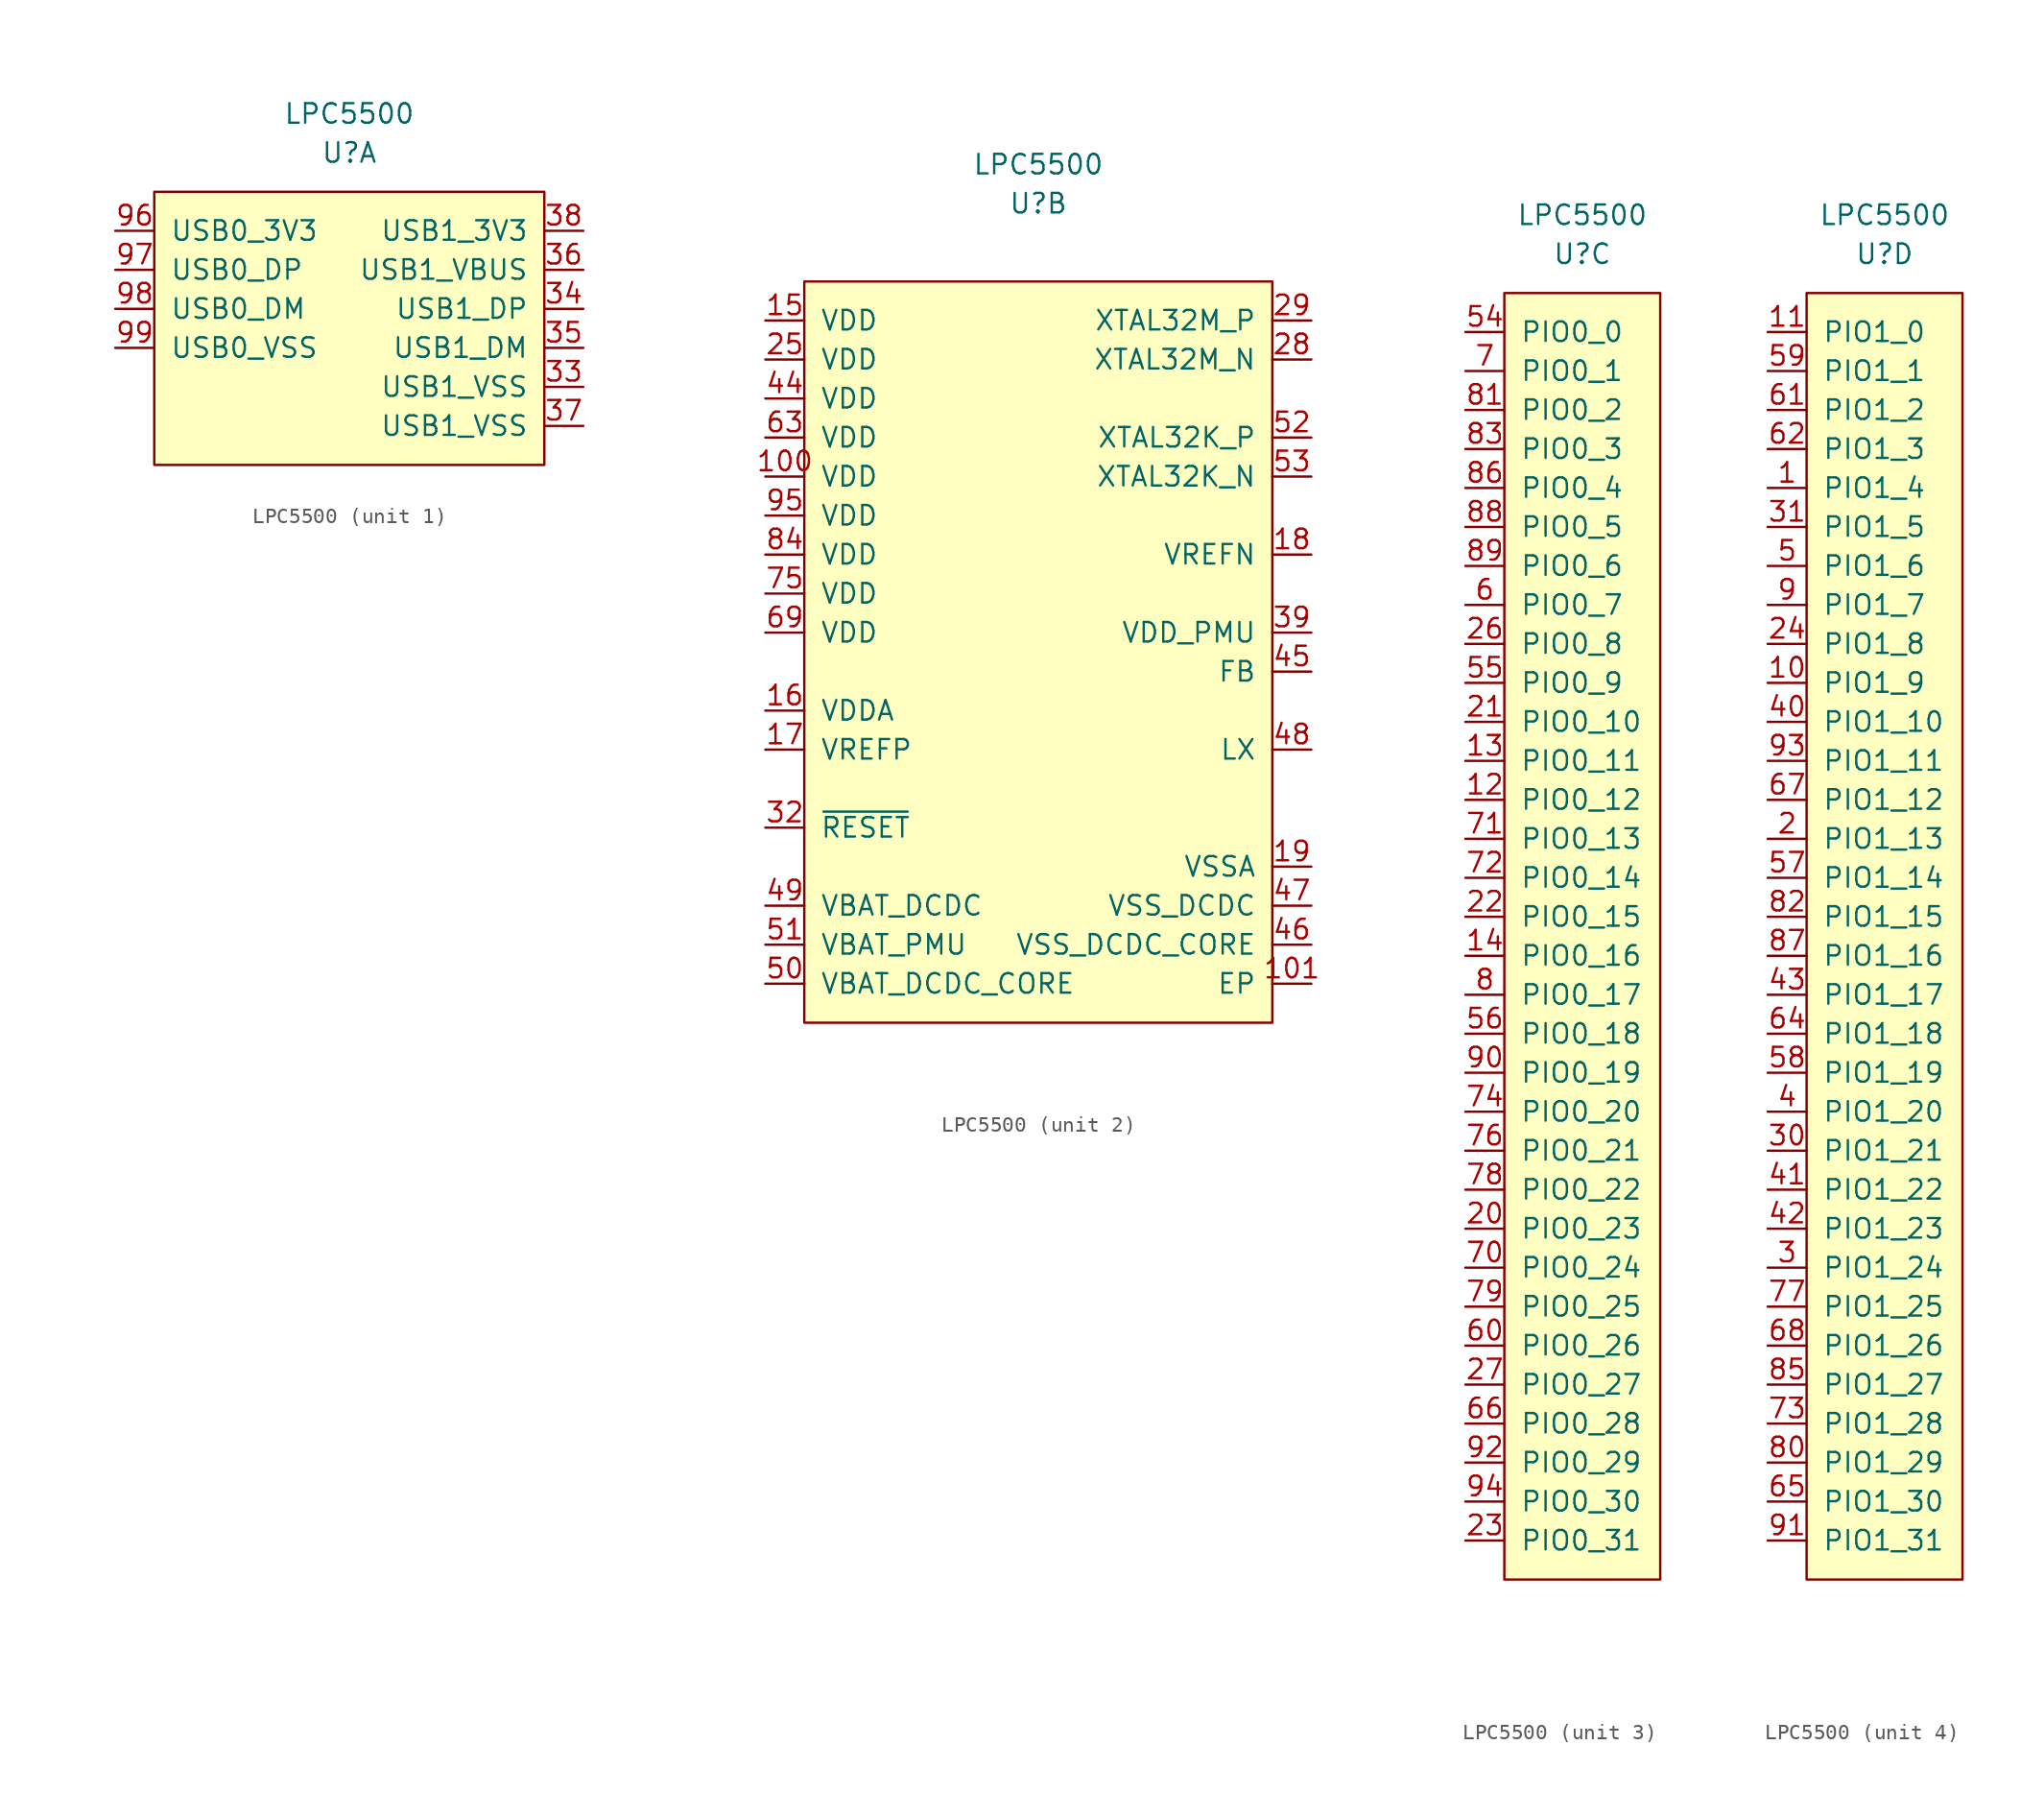
<source format=kicad_sym>
(kicad_symbol_lib
  (version 20201005)
  (generator kicad_symbol_editor)
  (symbol "symbols:LPC5500"
    (pin_names
      (offset 1.016))
    (property "Reference" "U"
      (at 0 10.16 0)
      (effects (font (size 1.27 1.27))))
    (property "Value" "LPC5500"
      (at 0 12.7 0)
      (effects (font (size 1.27 1.27))))
    (property "ki_locked" ""
      (at 0 0 0)
      (effects (font (size 1.27 1.27))))
    (symbol "LPC5500_1_1"
      (rectangle (start -12.7 7.62) (end 12.7 -10.16) (stroke (width 0)) (fill (type background)))
      (pin power_in line (at 15.24 -5.08 180) (length 2.54) (name "USB1_VSS" (effects (font (size 1.27 1.27)))) (number "33" (effects (font (size 1.27 1.27)))))
      (pin bidirectional line (at 15.24 0 180) (length 2.54) (name "USB1_DP" (effects (font (size 1.27 1.27)))) (number "34" (effects (font (size 1.27 1.27)))))
      (pin bidirectional line (at 15.24 -2.54 180) (length 2.54) (name "USB1_DM" (effects (font (size 1.27 1.27)))) (number "35" (effects (font (size 1.27 1.27)))))
      (pin power_in line (at 15.24 2.54 180) (length 2.54) (name "USB1_VBUS" (effects (font (size 1.27 1.27)))) (number "36" (effects (font (size 1.27 1.27)))))
      (pin power_in line (at 15.24 -7.62 180) (length 2.54) (name "USB1_VSS" (effects (font (size 1.27 1.27)))) (number "37" (effects (font (size 1.27 1.27)))))
      (pin power_in line (at 15.24 5.08 180) (length 2.54) (name "USB1_3V3" (effects (font (size 1.27 1.27)))) (number "38" (effects (font (size 1.27 1.27)))))
      (pin power_in line (at -15.24 5.08 0) (length 2.54) (name "USB0_3V3" (effects (font (size 1.27 1.27)))) (number "96" (effects (font (size 1.27 1.27)))))
      (pin bidirectional line (at -15.24 2.54 0) (length 2.54) (name "USB0_DP" (effects (font (size 1.27 1.27)))) (number "97" (effects (font (size 1.27 1.27)))))
      (pin bidirectional line (at -15.24 0 0) (length 2.54) (name "USB0_DM" (effects (font (size 1.27 1.27)))) (number "98" (effects (font (size 1.27 1.27)))))
      (pin power_in line (at -15.24 -2.54 0) (length 2.54) (name "USB0_VSS" (effects (font (size 1.27 1.27)))) (number "99" (effects (font (size 1.27 1.27))))))
    (symbol "LPC5500_2_1"
      (rectangle (start -15.24 5.08) (end 15.24 -43.18) (stroke (width 0)) (fill (type background)))
      (pin power_in line (at -17.78 -7.62 0) (length 2.54) (name "VDD" (effects (font (size 1.27 1.27)))) (number "100" (effects (font (size 1.27 1.27)))))
      (pin power_in line (at 17.78 -40.64 180) (length 2.54) (name "EP" (effects (font (size 1.27 1.27)))) (number "101" (effects (font (size 1.27 1.27)))))
      (pin power_in line (at -17.78 2.54 0) (length 2.54) (name "VDD" (effects (font (size 1.27 1.27)))) (number "15" (effects (font (size 1.27 1.27)))))
      (pin power_in line (at -17.78 -22.86 0) (length 2.54) (name "VDDA" (effects (font (size 1.27 1.27)))) (number "16" (effects (font (size 1.27 1.27)))))
      (pin power_in line (at -17.78 -25.4 0) (length 2.54) (name "VREFP" (effects (font (size 1.27 1.27)))) (number "17" (effects (font (size 1.27 1.27)))))
      (pin power_in line (at 17.78 -12.7 180) (length 2.54) (name "VREFN" (effects (font (size 1.27 1.27)))) (number "18" (effects (font (size 1.27 1.27)))))
      (pin power_in line (at 17.78 -33.02 180) (length 2.54) (name "VSSA" (effects (font (size 1.27 1.27)))) (number "19" (effects (font (size 1.27 1.27)))))
      (pin power_in line (at -17.78 0 0) (length 2.54) (name "VDD" (effects (font (size 1.27 1.27)))) (number "25" (effects (font (size 1.27 1.27)))))
      (pin input line (at 17.78 0 180) (length 2.54) (name "XTAL32M_N" (effects (font (size 1.27 1.27)))) (number "28" (effects (font (size 1.27 1.27)))))
      (pin input line (at 17.78 2.54 180) (length 2.54) (name "XTAL32M_P" (effects (font (size 1.27 1.27)))) (number "29" (effects (font (size 1.27 1.27)))))
      (pin input line (at -17.78 -30.48 0) (length 2.54) (name "~RESET" (effects (font (size 1.27 1.27)))) (number "32" (effects (font (size 1.27 1.27)))))
      (pin power_in line (at 17.78 -17.78 180) (length 2.54) (name "VDD_PMU" (effects (font (size 1.27 1.27)))) (number "39" (effects (font (size 1.27 1.27)))))
      (pin power_in line (at -17.78 -2.54 0) (length 2.54) (name "VDD" (effects (font (size 1.27 1.27)))) (number "44" (effects (font (size 1.27 1.27)))))
      (pin power_in line (at 17.78 -20.32 180) (length 2.54) (name "FB" (effects (font (size 1.27 1.27)))) (number "45" (effects (font (size 1.27 1.27)))))
      (pin power_in line (at 17.78 -38.1 180) (length 2.54) (name "VSS_DCDC_CORE" (effects (font (size 1.27 1.27)))) (number "46" (effects (font (size 1.27 1.27)))))
      (pin power_in line (at 17.78 -35.56 180) (length 2.54) (name "VSS_DCDC" (effects (font (size 1.27 1.27)))) (number "47" (effects (font (size 1.27 1.27)))))
      (pin power_out line (at 17.78 -25.4 180) (length 2.54) (name "LX" (effects (font (size 1.27 1.27)))) (number "48" (effects (font (size 1.27 1.27)))))
      (pin power_in line (at -17.78 -35.56 0) (length 2.54) (name "VBAT_DCDC" (effects (font (size 1.27 1.27)))) (number "49" (effects (font (size 1.27 1.27)))))
      (pin power_in line (at -17.78 -40.64 0) (length 2.54) (name "VBAT_DCDC_CORE" (effects (font (size 1.27 1.27)))) (number "50" (effects (font (size 1.27 1.27)))))
      (pin power_in line (at -17.78 -38.1 0) (length 2.54) (name "VBAT_PMU" (effects (font (size 1.27 1.27)))) (number "51" (effects (font (size 1.27 1.27)))))
      (pin input line (at 17.78 -5.08 180) (length 2.54) (name "XTAL32K_P" (effects (font (size 1.27 1.27)))) (number "52" (effects (font (size 1.27 1.27)))))
      (pin input line (at 17.78 -7.62 180) (length 2.54) (name "XTAL32K_N" (effects (font (size 1.27 1.27)))) (number "53" (effects (font (size 1.27 1.27)))))
      (pin power_in line (at -17.78 -5.08 0) (length 2.54) (name "VDD" (effects (font (size 1.27 1.27)))) (number "63" (effects (font (size 1.27 1.27)))))
      (pin power_in line (at -17.78 -17.78 0) (length 2.54) (name "VDD" (effects (font (size 1.27 1.27)))) (number "69" (effects (font (size 1.27 1.27)))))
      (pin power_in line (at -17.78 -15.24 0) (length 2.54) (name "VDD" (effects (font (size 1.27 1.27)))) (number "75" (effects (font (size 1.27 1.27)))))
      (pin power_in line (at -17.78 -12.7 0) (length 2.54) (name "VDD" (effects (font (size 1.27 1.27)))) (number "84" (effects (font (size 1.27 1.27)))))
      (pin power_in line (at -17.78 -10.16 0) (length 2.54) (name "VDD" (effects (font (size 1.27 1.27)))) (number "95" (effects (font (size 1.27 1.27))))))
    (symbol "LPC5500_3_1"
      (rectangle (start -5.08 7.62) (end 5.08 -76.2) (stroke (width 0)) (fill (type background)))
      (pin bidirectional line (at -7.62 -25.4 0) (length 2.54) (name "PIO0_12" (effects (font (size 1.27 1.27)))) (number "12" (effects (font (size 1.27 1.27)))))
      (pin bidirectional line (at -7.62 -22.86 0) (length 2.54) (name "PIO0_11" (effects (font (size 1.27 1.27)))) (number "13" (effects (font (size 1.27 1.27)))))
      (pin bidirectional line (at -7.62 -35.56 0) (length 2.54) (name "PIO0_16" (effects (font (size 1.27 1.27)))) (number "14" (effects (font (size 1.27 1.27)))))
      (pin bidirectional line (at -7.62 -53.34 0) (length 2.54) (name "PIO0_23" (effects (font (size 1.27 1.27)))) (number "20" (effects (font (size 1.27 1.27)))))
      (pin bidirectional line (at -7.62 -20.32 0) (length 2.54) (name "PIO0_10" (effects (font (size 1.27 1.27)))) (number "21" (effects (font (size 1.27 1.27)))))
      (pin bidirectional line (at -7.62 -33.02 0) (length 2.54) (name "PIO0_15" (effects (font (size 1.27 1.27)))) (number "22" (effects (font (size 1.27 1.27)))))
      (pin bidirectional line (at -7.62 -73.66 0) (length 2.54) (name "PIO0_31" (effects (font (size 1.27 1.27)))) (number "23" (effects (font (size 1.27 1.27)))))
      (pin bidirectional line (at -7.62 -15.24 0) (length 2.54) (name "PIO0_8" (effects (font (size 1.27 1.27)))) (number "26" (effects (font (size 1.27 1.27)))))
      (pin bidirectional line (at -7.62 -63.5 0) (length 2.54) (name "PIO0_27" (effects (font (size 1.27 1.27)))) (number "27" (effects (font (size 1.27 1.27)))))
      (pin bidirectional line (at -7.62 5.08 0) (length 2.54) (name "PIO0_0" (effects (font (size 1.27 1.27)))) (number "54" (effects (font (size 1.27 1.27)))))
      (pin bidirectional line (at -7.62 -17.78 0) (length 2.54) (name "PIO0_9" (effects (font (size 1.27 1.27)))) (number "55" (effects (font (size 1.27 1.27)))))
      (pin bidirectional line (at -7.62 -40.64 0) (length 2.54) (name "PIO0_18" (effects (font (size 1.27 1.27)))) (number "56" (effects (font (size 1.27 1.27)))))
      (pin bidirectional line (at -7.62 -12.7 0) (length 2.54) (name "PIO0_7" (effects (font (size 1.27 1.27)))) (number "6" (effects (font (size 1.27 1.27)))))
      (pin bidirectional line (at -7.62 -60.96 0) (length 2.54) (name "PIO0_26" (effects (font (size 1.27 1.27)))) (number "60" (effects (font (size 1.27 1.27)))))
      (pin bidirectional line (at -7.62 -66.04 0) (length 2.54) (name "PIO0_28" (effects (font (size 1.27 1.27)))) (number "66" (effects (font (size 1.27 1.27)))))
      (pin bidirectional line (at -7.62 2.54 0) (length 2.54) (name "PIO0_1" (effects (font (size 1.27 1.27)))) (number "7" (effects (font (size 1.27 1.27)))))
      (pin bidirectional line (at -7.62 -55.88 0) (length 2.54) (name "PIO0_24" (effects (font (size 1.27 1.27)))) (number "70" (effects (font (size 1.27 1.27)))))
      (pin bidirectional line (at -7.62 -27.94 0) (length 2.54) (name "PIO0_13" (effects (font (size 1.27 1.27)))) (number "71" (effects (font (size 1.27 1.27)))))
      (pin bidirectional line (at -7.62 -30.48 0) (length 2.54) (name "PIO0_14" (effects (font (size 1.27 1.27)))) (number "72" (effects (font (size 1.27 1.27)))))
      (pin bidirectional line (at -7.62 -45.72 0) (length 2.54) (name "PIO0_20" (effects (font (size 1.27 1.27)))) (number "74" (effects (font (size 1.27 1.27)))))
      (pin bidirectional line (at -7.62 -48.26 0) (length 2.54) (name "PIO0_21" (effects (font (size 1.27 1.27)))) (number "76" (effects (font (size 1.27 1.27)))))
      (pin bidirectional line (at -7.62 -50.8 0) (length 2.54) (name "PIO0_22" (effects (font (size 1.27 1.27)))) (number "78" (effects (font (size 1.27 1.27)))))
      (pin bidirectional line (at -7.62 -58.42 0) (length 2.54) (name "PIO0_25" (effects (font (size 1.27 1.27)))) (number "79" (effects (font (size 1.27 1.27)))))
      (pin bidirectional line (at -7.62 -38.1 0) (length 2.54) (name "PIO0_17" (effects (font (size 1.27 1.27)))) (number "8" (effects (font (size 1.27 1.27)))))
      (pin bidirectional line (at -7.62 0 0) (length 2.54) (name "PIO0_2" (effects (font (size 1.27 1.27)))) (number "81" (effects (font (size 1.27 1.27)))))
      (pin bidirectional line (at -7.62 -2.54 0) (length 2.54) (name "PIO0_3" (effects (font (size 1.27 1.27)))) (number "83" (effects (font (size 1.27 1.27)))))
      (pin bidirectional line (at -7.62 -5.08 0) (length 2.54) (name "PIO0_4" (effects (font (size 1.27 1.27)))) (number "86" (effects (font (size 1.27 1.27)))))
      (pin bidirectional line (at -7.62 -7.62 0) (length 2.54) (name "PIO0_5" (effects (font (size 1.27 1.27)))) (number "88" (effects (font (size 1.27 1.27)))))
      (pin bidirectional line (at -7.62 -10.16 0) (length 2.54) (name "PIO0_6" (effects (font (size 1.27 1.27)))) (number "89" (effects (font (size 1.27 1.27)))))
      (pin bidirectional line (at -7.62 -43.18 0) (length 2.54) (name "PIO0_19" (effects (font (size 1.27 1.27)))) (number "90" (effects (font (size 1.27 1.27)))))
      (pin bidirectional line (at -7.62 -68.58 0) (length 2.54) (name "PIO0_29" (effects (font (size 1.27 1.27)))) (number "92" (effects (font (size 1.27 1.27)))))
      (pin bidirectional line (at -7.62 -71.12 0) (length 2.54) (name "PIO0_30" (effects (font (size 1.27 1.27)))) (number "94" (effects (font (size 1.27 1.27))))))
    (symbol "LPC5500_4_1"
      (rectangle (start -5.08 7.62) (end 5.08 -76.2) (stroke (width 0)) (fill (type background)))
      (pin bidirectional line (at -7.62 -5.08 0) (length 2.54) (name "PIO1_4" (effects (font (size 1.27 1.27)))) (number "1" (effects (font (size 1.27 1.27)))))
      (pin bidirectional line (at -7.62 -17.78 0) (length 2.54) (name "PIO1_9" (effects (font (size 1.27 1.27)))) (number "10" (effects (font (size 1.27 1.27)))))
      (pin bidirectional line (at -7.62 5.08 0) (length 2.54) (name "PIO1_0" (effects (font (size 1.27 1.27)))) (number "11" (effects (font (size 1.27 1.27)))))
      (pin bidirectional line (at -7.62 -27.94 0) (length 2.54) (name "PIO1_13" (effects (font (size 1.27 1.27)))) (number "2" (effects (font (size 1.27 1.27)))))
      (pin bidirectional line (at -7.62 -15.24 0) (length 2.54) (name "PIO1_8" (effects (font (size 1.27 1.27)))) (number "24" (effects (font (size 1.27 1.27)))))
      (pin bidirectional line (at -7.62 -55.88 0) (length 2.54) (name "PIO1_24" (effects (font (size 1.27 1.27)))) (number "3" (effects (font (size 1.27 1.27)))))
      (pin bidirectional line (at -7.62 -48.26 0) (length 2.54) (name "PIO1_21" (effects (font (size 1.27 1.27)))) (number "30" (effects (font (size 1.27 1.27)))))
      (pin bidirectional line (at -7.62 -7.62 0) (length 2.54) (name "PIO1_5" (effects (font (size 1.27 1.27)))) (number "31" (effects (font (size 1.27 1.27)))))
      (pin bidirectional line (at -7.62 -45.72 0) (length 2.54) (name "PIO1_20" (effects (font (size 1.27 1.27)))) (number "4" (effects (font (size 1.27 1.27)))))
      (pin bidirectional line (at -7.62 -20.32 0) (length 2.54) (name "PIO1_10" (effects (font (size 1.27 1.27)))) (number "40" (effects (font (size 1.27 1.27)))))
      (pin bidirectional line (at -7.62 -50.8 0) (length 2.54) (name "PIO1_22" (effects (font (size 1.27 1.27)))) (number "41" (effects (font (size 1.27 1.27)))))
      (pin bidirectional line (at -7.62 -53.34 0) (length 2.54) (name "PIO1_23" (effects (font (size 1.27 1.27)))) (number "42" (effects (font (size 1.27 1.27)))))
      (pin bidirectional line (at -7.62 -38.1 0) (length 2.54) (name "PIO1_17" (effects (font (size 1.27 1.27)))) (number "43" (effects (font (size 1.27 1.27)))))
      (pin bidirectional line (at -7.62 -10.16 0) (length 2.54) (name "PIO1_6" (effects (font (size 1.27 1.27)))) (number "5" (effects (font (size 1.27 1.27)))))
      (pin bidirectional line (at -7.62 -30.48 0) (length 2.54) (name "PIO1_14" (effects (font (size 1.27 1.27)))) (number "57" (effects (font (size 1.27 1.27)))))
      (pin bidirectional line (at -7.62 -43.18 0) (length 2.54) (name "PIO1_19" (effects (font (size 1.27 1.27)))) (number "58" (effects (font (size 1.27 1.27)))))
      (pin bidirectional line (at -7.62 2.54 0) (length 2.54) (name "PIO1_1" (effects (font (size 1.27 1.27)))) (number "59" (effects (font (size 1.27 1.27)))))
      (pin bidirectional line (at -7.62 0 0) (length 2.54) (name "PIO1_2" (effects (font (size 1.27 1.27)))) (number "61" (effects (font (size 1.27 1.27)))))
      (pin bidirectional line (at -7.62 -2.54 0) (length 2.54) (name "PIO1_3" (effects (font (size 1.27 1.27)))) (number "62" (effects (font (size 1.27 1.27)))))
      (pin bidirectional line (at -7.62 -40.64 0) (length 2.54) (name "PIO1_18" (effects (font (size 1.27 1.27)))) (number "64" (effects (font (size 1.27 1.27)))))
      (pin bidirectional line (at -7.62 -71.12 0) (length 2.54) (name "PIO1_30" (effects (font (size 1.27 1.27)))) (number "65" (effects (font (size 1.27 1.27)))))
      (pin bidirectional line (at -7.62 -25.4 0) (length 2.54) (name "PIO1_12" (effects (font (size 1.27 1.27)))) (number "67" (effects (font (size 1.27 1.27)))))
      (pin bidirectional line (at -7.62 -60.96 0) (length 2.54) (name "PIO1_26" (effects (font (size 1.27 1.27)))) (number "68" (effects (font (size 1.27 1.27)))))
      (pin bidirectional line (at -7.62 -66.04 0) (length 2.54) (name "PIO1_28" (effects (font (size 1.27 1.27)))) (number "73" (effects (font (size 1.27 1.27)))))
      (pin bidirectional line (at -7.62 -58.42 0) (length 2.54) (name "PIO1_25" (effects (font (size 1.27 1.27)))) (number "77" (effects (font (size 1.27 1.27)))))
      (pin bidirectional line (at -7.62 -68.58 0) (length 2.54) (name "PIO1_29" (effects (font (size 1.27 1.27)))) (number "80" (effects (font (size 1.27 1.27)))))
      (pin bidirectional line (at -7.62 -33.02 0) (length 2.54) (name "PIO1_15" (effects (font (size 1.27 1.27)))) (number "82" (effects (font (size 1.27 1.27)))))
      (pin bidirectional line (at -7.62 -63.5 0) (length 2.54) (name "PIO1_27" (effects (font (size 1.27 1.27)))) (number "85" (effects (font (size 1.27 1.27)))))
      (pin bidirectional line (at -7.62 -35.56 0) (length 2.54) (name "PIO1_16" (effects (font (size 1.27 1.27)))) (number "87" (effects (font (size 1.27 1.27)))))
      (pin bidirectional line (at -7.62 -12.7 0) (length 2.54) (name "PIO1_7" (effects (font (size 1.27 1.27)))) (number "9" (effects (font (size 1.27 1.27)))))
      (pin bidirectional line (at -7.62 -73.66 0) (length 2.54) (name "PIO1_31" (effects (font (size 1.27 1.27)))) (number "91" (effects (font (size 1.27 1.27)))))
      (pin bidirectional line (at -7.62 -22.86 0) (length 2.54) (name "PIO1_11" (effects (font (size 1.27 1.27)))) (number "93" (effects (font (size 1.27 1.27))))))))
</source>
